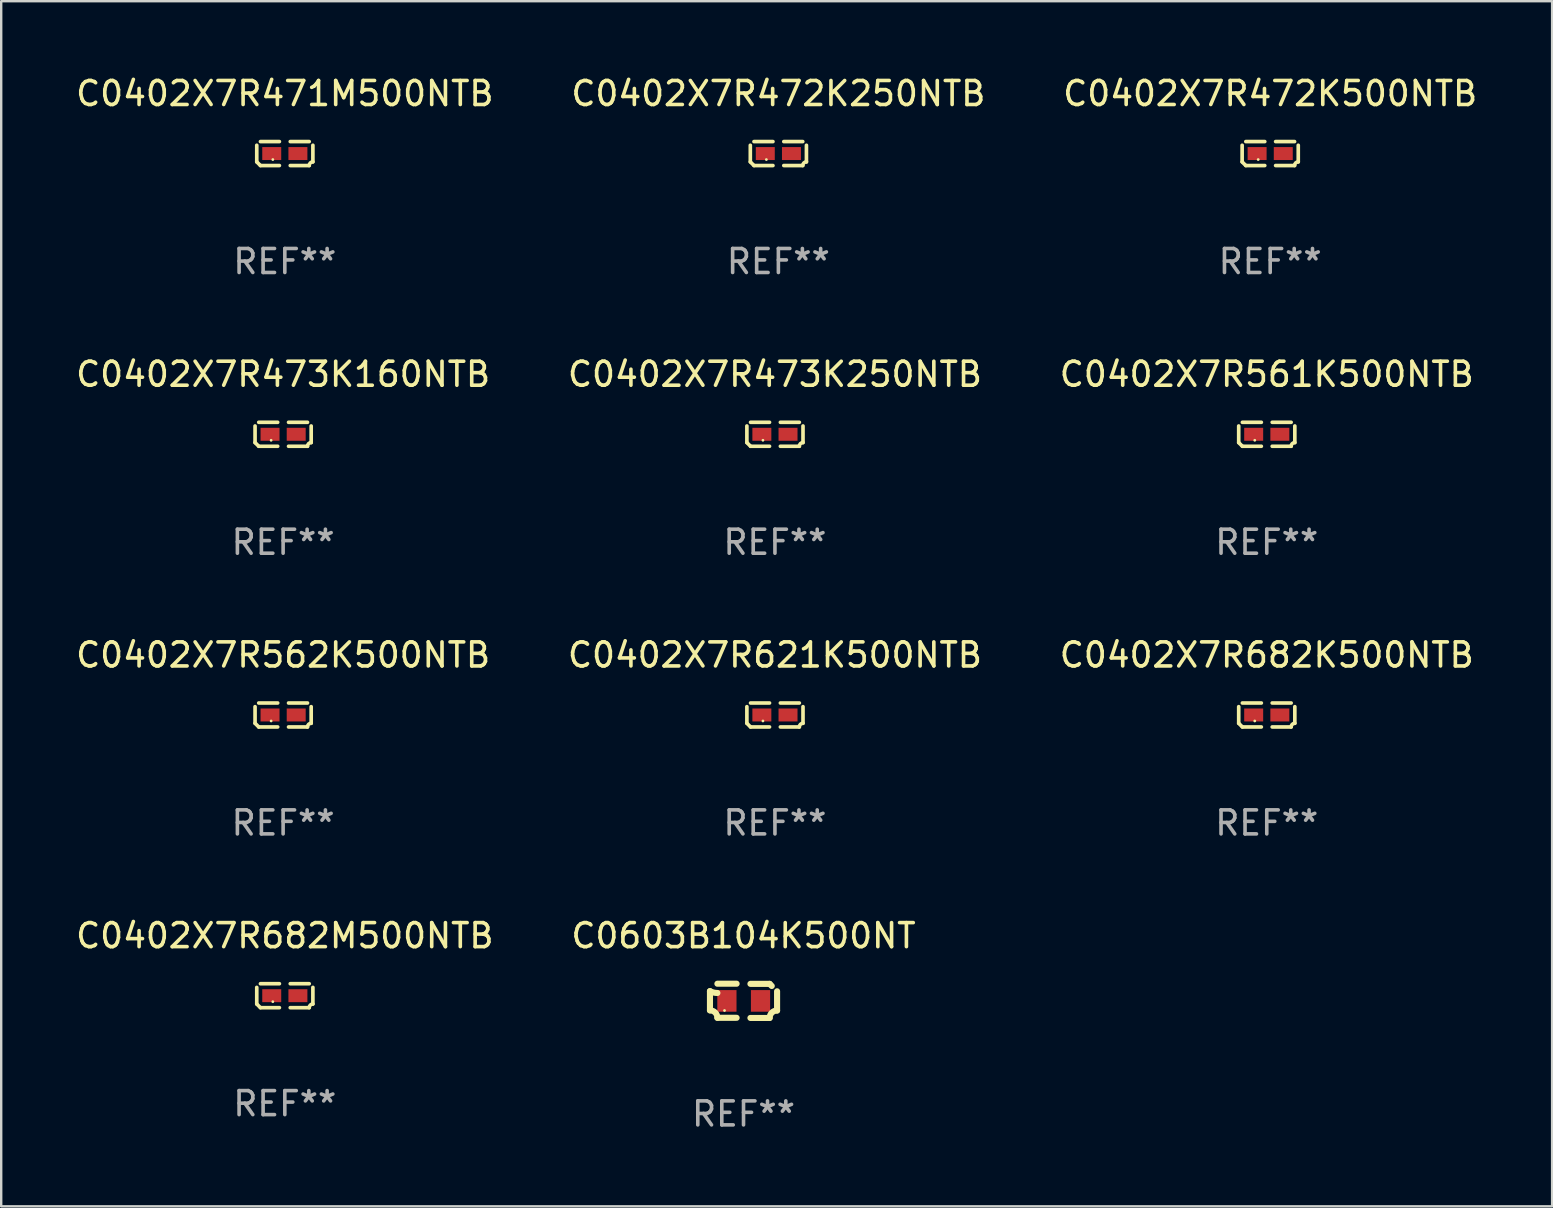
<source format=kicad_pcb>
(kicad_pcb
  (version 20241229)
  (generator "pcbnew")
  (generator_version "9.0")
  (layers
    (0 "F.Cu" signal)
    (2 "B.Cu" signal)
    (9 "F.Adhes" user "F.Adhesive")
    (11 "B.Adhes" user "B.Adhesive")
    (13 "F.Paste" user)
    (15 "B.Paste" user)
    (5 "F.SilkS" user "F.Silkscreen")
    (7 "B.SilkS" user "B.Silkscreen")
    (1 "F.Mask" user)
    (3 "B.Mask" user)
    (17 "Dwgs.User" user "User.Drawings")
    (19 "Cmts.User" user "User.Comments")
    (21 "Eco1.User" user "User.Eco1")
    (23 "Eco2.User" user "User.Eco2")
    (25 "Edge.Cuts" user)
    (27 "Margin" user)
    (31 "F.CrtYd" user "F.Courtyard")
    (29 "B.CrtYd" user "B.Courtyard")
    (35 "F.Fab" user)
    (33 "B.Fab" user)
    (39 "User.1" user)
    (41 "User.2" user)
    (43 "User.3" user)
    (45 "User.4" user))
  (footprint "C0402X7R682M500NTB"
    (layer "F.Cu")
    (at 8.815 38.428)
    (property "Reference" "C0402X7R682M500NTB" (at 0 -2.499 0) (layer "F.SilkS") (effects (font (size 1 1) (thickness 0.15))))
    (attr through_hole)
    (fp_line (start -1.169 0.346) (end -1.169 -0.346) (stroke (width 0.152) (type solid)) (layer "F.SilkS"))
    (fp_line (start -1.016 -0.499) (end -0.226 -0.499) (stroke (width 0.152) (type solid)) (layer "F.SilkS"))
    (fp_line (start -0.226 0.499) (end -1.016 0.499) (stroke (width 0.152) (type solid)) (layer "F.SilkS"))
    (fp_line (start 0.226 0.499) (end 1.016 0.499) (stroke (width 0.152) (type solid)) (layer "F.SilkS"))
    (fp_line (start 1.016 -0.499) (end 0.226 -0.499) (stroke (width 0.152) (type solid)) (layer "F.SilkS"))
    (fp_line (start 1.169 0.346) (end 1.169 -0.346) (stroke (width 0.152) (type solid)) (layer "F.SilkS"))
    (fp_arc (start -1.016307 0.498603) (mid -1.092512 0.422405) (end -1.16871 0.3462) (stroke (width 0.1524) (type solid)) (layer "F.SilkS"))
    (fp_arc (start 1.016307 0.498603) (mid 1.060899 0.390758) (end 1.168707 0.346076) (stroke (width 0.1524) (type solid)) (layer "F.SilkS"))
    (fp_circle (center -0.5 0.25) (end -0.47 0.25) (stroke (width 0.06) (type solid)) (fill no) (layer "F.SilkS"))
    (fp_text user "REF**" (at 0 4.499 0) (layer "F.Fab") (effects (font (size 1 1) (thickness 0.15))))
    (pad "1" smd rect (at -0.545 0) (size 0.79 0.54) (layers "F.Cu" "F.Mask" "F.Paste"))
    (pad "2" smd rect (at 0.545 0) (size 0.79 0.54) (layers "F.Cu" "F.Mask" "F.Paste")))
  (footprint "C0402X7R471M500NTB"
    (layer "F.Cu")
    (at 8.815 3.347)
    (property "Reference" "C0402X7R471M500NTB" (at 0 -2.499 0) (layer "F.SilkS") (effects (font (size 1 1) (thickness 0.15))))
    (attr through_hole)
    (fp_line (start -1.169 0.346) (end -1.169 -0.346) (stroke (width 0.152) (type solid)) (layer "F.SilkS"))
    (fp_line (start -1.016 -0.499) (end -0.226 -0.499) (stroke (width 0.152) (type solid)) (layer "F.SilkS"))
    (fp_line (start -0.226 0.499) (end -1.016 0.499) (stroke (width 0.152) (type solid)) (layer "F.SilkS"))
    (fp_line (start 0.226 0.499) (end 1.016 0.499) (stroke (width 0.152) (type solid)) (layer "F.SilkS"))
    (fp_line (start 1.016 -0.499) (end 0.226 -0.499) (stroke (width 0.152) (type solid)) (layer "F.SilkS"))
    (fp_line (start 1.169 0.346) (end 1.169 -0.346) (stroke (width 0.152) (type solid)) (layer "F.SilkS"))
    (fp_arc (start -1.016307 0.498603) (mid -1.092512 0.422405) (end -1.16871 0.3462) (stroke (width 0.1524) (type solid)) (layer "F.SilkS"))
    (fp_arc (start 1.016307 0.498603) (mid 1.060899 0.390758) (end 1.168707 0.346076) (stroke (width 0.1524) (type solid)) (layer "F.SilkS"))
    (fp_circle (center -0.5 0.25) (end -0.47 0.25) (stroke (width 0.06) (type solid)) (fill no) (layer "F.SilkS"))
    (fp_text user "REF**" (at 0 4.499 0) (layer "F.Fab") (effects (font (size 1 1) (thickness 0.15))))
    (pad "1" smd rect (at -0.545 0) (size 0.79 0.54) (layers "F.Cu" "F.Mask" "F.Paste"))
    (pad "2" smd rect (at 0.545 0) (size 0.79 0.54) (layers "F.Cu" "F.Mask" "F.Paste")))
  (footprint "C0402X7R562K500NTB"
    (layer "F.Cu")
    (at 8.744 26.734)
    (property "Reference" "C0402X7R562K500NTB" (at 0 -2.499 0) (layer "F.SilkS") (effects (font (size 1 1) (thickness 0.15))))
    (attr through_hole)
    (fp_line (start -1.169 0.346) (end -1.169 -0.346) (stroke (width 0.152) (type solid)) (layer "F.SilkS"))
    (fp_line (start -1.016 -0.499) (end -0.226 -0.499) (stroke (width 0.152) (type solid)) (layer "F.SilkS"))
    (fp_line (start -0.226 0.499) (end -1.016 0.499) (stroke (width 0.152) (type solid)) (layer "F.SilkS"))
    (fp_line (start 0.226 0.499) (end 1.016 0.499) (stroke (width 0.152) (type solid)) (layer "F.SilkS"))
    (fp_line (start 1.016 -0.499) (end 0.226 -0.499) (stroke (width 0.152) (type solid)) (layer "F.SilkS"))
    (fp_line (start 1.169 0.346) (end 1.169 -0.346) (stroke (width 0.152) (type solid)) (layer "F.SilkS"))
    (fp_arc (start -1.016307 0.498603) (mid -1.092512 0.422405) (end -1.16871 0.3462) (stroke (width 0.1524) (type solid)) (layer "F.SilkS"))
    (fp_arc (start 1.016307 0.498603) (mid 1.060899 0.390758) (end 1.168707 0.346076) (stroke (width 0.1524) (type solid)) (layer "F.SilkS"))
    (fp_circle (center -0.5 0.25) (end -0.47 0.25) (stroke (width 0.06) (type solid)) (fill no) (layer "F.SilkS"))
    (fp_text user "REF**" (at 0 4.499 0) (layer "F.Fab") (effects (font (size 1 1) (thickness 0.15))))
    (pad "1" smd rect (at -0.545 0) (size 0.79 0.54) (layers "F.Cu" "F.Mask" "F.Paste"))
    (pad "2" smd rect (at 0.545 0) (size 0.79 0.54) (layers "F.Cu" "F.Mask" "F.Paste")))
  (footprint "C0402X7R472K250NTB"
    (layer "F.Cu")
    (at 29.375 3.347)
    (property "Reference" "C0402X7R472K250NTB" (at 0 -2.499 0) (layer "F.SilkS") (effects (font (size 1 1) (thickness 0.15))))
    (attr through_hole)
    (fp_line (start -1.169 0.346) (end -1.169 -0.346) (stroke (width 0.152) (type solid)) (layer "F.SilkS"))
    (fp_line (start -1.016 -0.499) (end -0.226 -0.499) (stroke (width 0.152) (type solid)) (layer "F.SilkS"))
    (fp_line (start -0.226 0.499) (end -1.016 0.499) (stroke (width 0.152) (type solid)) (layer "F.SilkS"))
    (fp_line (start 0.226 0.499) (end 1.016 0.499) (stroke (width 0.152) (type solid)) (layer "F.SilkS"))
    (fp_line (start 1.016 -0.499) (end 0.226 -0.499) (stroke (width 0.152) (type solid)) (layer "F.SilkS"))
    (fp_line (start 1.169 0.346) (end 1.169 -0.346) (stroke (width 0.152) (type solid)) (layer "F.SilkS"))
    (fp_arc (start -1.016307 0.498603) (mid -1.092512 0.422405) (end -1.16871 0.3462) (stroke (width 0.1524) (type solid)) (layer "F.SilkS"))
    (fp_arc (start 1.016307 0.498603) (mid 1.060899 0.390758) (end 1.168707 0.346076) (stroke (width 0.1524) (type solid)) (layer "F.SilkS"))
    (fp_circle (center -0.5 0.25) (end -0.47 0.25) (stroke (width 0.06) (type solid)) (fill no) (layer "F.SilkS"))
    (fp_text user "REF**" (at 0 4.499 0) (layer "F.Fab") (effects (font (size 1 1) (thickness 0.15))))
    (pad "1" smd rect (at -0.545 0) (size 0.79 0.54) (layers "F.Cu" "F.Mask" "F.Paste"))
    (pad "2" smd rect (at 0.545 0) (size 0.79 0.54) (layers "F.Cu" "F.Mask" "F.Paste")))
  (footprint "C0402X7R473K160NTB"
    (layer "F.Cu")
    (at 8.744 15.041)
    (property "Reference" "C0402X7R473K160NTB" (at 0 -2.499 0) (layer "F.SilkS") (effects (font (size 1 1) (thickness 0.15))))
    (attr through_hole)
    (fp_line (start -1.169 0.346) (end -1.169 -0.346) (stroke (width 0.152) (type solid)) (layer "F.SilkS"))
    (fp_line (start -1.016 -0.499) (end -0.226 -0.499) (stroke (width 0.152) (type solid)) (layer "F.SilkS"))
    (fp_line (start -0.226 0.499) (end -1.016 0.499) (stroke (width 0.152) (type solid)) (layer "F.SilkS"))
    (fp_line (start 0.226 0.499) (end 1.016 0.499) (stroke (width 0.152) (type solid)) (layer "F.SilkS"))
    (fp_line (start 1.016 -0.499) (end 0.226 -0.499) (stroke (width 0.152) (type solid)) (layer "F.SilkS"))
    (fp_line (start 1.169 0.346) (end 1.169 -0.346) (stroke (width 0.152) (type solid)) (layer "F.SilkS"))
    (fp_arc (start -1.016307 0.498603) (mid -1.092512 0.422405) (end -1.16871 0.3462) (stroke (width 0.1524) (type solid)) (layer "F.SilkS"))
    (fp_arc (start 1.016307 0.498603) (mid 1.060899 0.390758) (end 1.168707 0.346076) (stroke (width 0.1524) (type solid)) (layer "F.SilkS"))
    (fp_circle (center -0.5 0.25) (end -0.47 0.25) (stroke (width 0.06) (type solid)) (fill no) (layer "F.SilkS"))
    (fp_text user "REF**" (at 0 4.499 0) (layer "F.Fab") (effects (font (size 1 1) (thickness 0.15))))
    (pad "1" smd rect (at -0.545 0) (size 0.79 0.54) (layers "F.Cu" "F.Mask" "F.Paste"))
    (pad "2" smd rect (at 0.545 0) (size 0.79 0.54) (layers "F.Cu" "F.Mask" "F.Paste")))
  (footprint "C0402X7R473K250NTB"
    (layer "F.Cu")
    (at 29.232 15.041)
    (property "Reference" "C0402X7R473K250NTB" (at 0 -2.499 0) (layer "F.SilkS") (effects (font (size 1 1) (thickness 0.15))))
    (attr through_hole)
    (fp_line (start -1.169 0.346) (end -1.169 -0.346) (stroke (width 0.152) (type solid)) (layer "F.SilkS"))
    (fp_line (start -1.016 -0.499) (end -0.226 -0.499) (stroke (width 0.152) (type solid)) (layer "F.SilkS"))
    (fp_line (start -0.226 0.499) (end -1.016 0.499) (stroke (width 0.152) (type solid)) (layer "F.SilkS"))
    (fp_line (start 0.226 0.499) (end 1.016 0.499) (stroke (width 0.152) (type solid)) (layer "F.SilkS"))
    (fp_line (start 1.016 -0.499) (end 0.226 -0.499) (stroke (width 0.152) (type solid)) (layer "F.SilkS"))
    (fp_line (start 1.169 0.346) (end 1.169 -0.346) (stroke (width 0.152) (type solid)) (layer "F.SilkS"))
    (fp_arc (start -1.016307 0.498603) (mid -1.092512 0.422405) (end -1.16871 0.3462) (stroke (width 0.1524) (type solid)) (layer "F.SilkS"))
    (fp_arc (start 1.016307 0.498603) (mid 1.060899 0.390758) (end 1.168707 0.346076) (stroke (width 0.1524) (type solid)) (layer "F.SilkS"))
    (fp_circle (center -0.5 0.25) (end -0.47 0.25) (stroke (width 0.06) (type solid)) (fill no) (layer "F.SilkS"))
    (fp_text user "REF**" (at 0 4.499 0) (layer "F.Fab") (effects (font (size 1 1) (thickness 0.15))))
    (pad "1" smd rect (at -0.545 0) (size 0.79 0.54) (layers "F.Cu" "F.Mask" "F.Paste"))
    (pad "2" smd rect (at 0.545 0) (size 0.79 0.54) (layers "F.Cu" "F.Mask" "F.Paste")))
  (footprint "C0402X7R621K500NTB"
    (layer "F.Cu")
    (at 29.232 26.734)
    (property "Reference" "C0402X7R621K500NTB" (at 0 -2.499 0) (layer "F.SilkS") (effects (font (size 1 1) (thickness 0.15))))
    (attr through_hole)
    (fp_line (start -1.169 0.346) (end -1.169 -0.346) (stroke (width 0.152) (type solid)) (layer "F.SilkS"))
    (fp_line (start -1.016 -0.499) (end -0.226 -0.499) (stroke (width 0.152) (type solid)) (layer "F.SilkS"))
    (fp_line (start -0.226 0.499) (end -1.016 0.499) (stroke (width 0.152) (type solid)) (layer "F.SilkS"))
    (fp_line (start 0.226 0.499) (end 1.016 0.499) (stroke (width 0.152) (type solid)) (layer "F.SilkS"))
    (fp_line (start 1.016 -0.499) (end 0.226 -0.499) (stroke (width 0.152) (type solid)) (layer "F.SilkS"))
    (fp_line (start 1.169 0.346) (end 1.169 -0.346) (stroke (width 0.152) (type solid)) (layer "F.SilkS"))
    (fp_arc (start -1.016307 0.498603) (mid -1.092512 0.422405) (end -1.16871 0.3462) (stroke (width 0.1524) (type solid)) (layer "F.SilkS"))
    (fp_arc (start 1.016307 0.498603) (mid 1.060899 0.390758) (end 1.168707 0.346076) (stroke (width 0.1524) (type solid)) (layer "F.SilkS"))
    (fp_circle (center -0.5 0.25) (end -0.47 0.25) (stroke (width 0.06) (type solid)) (fill no) (layer "F.SilkS"))
    (fp_text user "REF**" (at 0 4.499 0) (layer "F.Fab") (effects (font (size 1 1) (thickness 0.15))))
    (pad "1" smd rect (at -0.545 0) (size 0.79 0.54) (layers "F.Cu" "F.Mask" "F.Paste"))
    (pad "2" smd rect (at 0.545 0) (size 0.79 0.54) (layers "F.Cu" "F.Mask" "F.Paste")))
  (footprint "C0402X7R472K500NTB"
    (layer "F.Cu")
    (at 49.863 3.347)
    (property "Reference" "C0402X7R472K500NTB" (at 0 -2.499 0) (layer "F.SilkS") (effects (font (size 1 1) (thickness 0.15))))
    (attr through_hole)
    (fp_line (start -1.169 0.346) (end -1.169 -0.346) (stroke (width 0.152) (type solid)) (layer "F.SilkS"))
    (fp_line (start -1.016 -0.499) (end -0.226 -0.499) (stroke (width 0.152) (type solid)) (layer "F.SilkS"))
    (fp_line (start -0.226 0.499) (end -1.016 0.499) (stroke (width 0.152) (type solid)) (layer "F.SilkS"))
    (fp_line (start 0.226 0.499) (end 1.016 0.499) (stroke (width 0.152) (type solid)) (layer "F.SilkS"))
    (fp_line (start 1.016 -0.499) (end 0.226 -0.499) (stroke (width 0.152) (type solid)) (layer "F.SilkS"))
    (fp_line (start 1.169 0.346) (end 1.169 -0.346) (stroke (width 0.152) (type solid)) (layer "F.SilkS"))
    (fp_arc (start -1.016307 0.498603) (mid -1.092512 0.422405) (end -1.16871 0.3462) (stroke (width 0.1524) (type solid)) (layer "F.SilkS"))
    (fp_arc (start 1.016307 0.498603) (mid 1.060899 0.390758) (end 1.168707 0.346076) (stroke (width 0.1524) (type solid)) (layer "F.SilkS"))
    (fp_circle (center -0.5 0.25) (end -0.47 0.25) (stroke (width 0.06) (type solid)) (fill no) (layer "F.SilkS"))
    (fp_text user "REF**" (at 0 4.499 0) (layer "F.Fab") (effects (font (size 1 1) (thickness 0.15))))
    (pad "1" smd rect (at -0.545 0) (size 0.79 0.54) (layers "F.Cu" "F.Mask" "F.Paste"))
    (pad "2" smd rect (at 0.545 0) (size 0.79 0.54) (layers "F.Cu" "F.Mask" "F.Paste")))
  (footprint "C0603B104K500NT"
    (layer "F.Cu")
    (at 27.923 38.642)
    (property "Reference" "C0603B104K500NT" (at 0 -2.713 0) (layer "F.SilkS") (effects (font (size 1 1) (thickness 0.15))))
    (attr through_hole)
    (fp_line (start -1.398 -0.403) (end -1.398 0.397) (stroke (width 0.254) (type solid)) (layer "F.SilkS"))
    (fp_line (start -0.288 -0.713) (end -1.088 -0.713) (stroke (width 0.254) (type solid)) (layer "F.SilkS"))
    (fp_line (start -0.288 0.707) (end -1.088 0.707) (stroke (width 0.254) (type solid)) (layer "F.SilkS"))
    (fp_line (start 0.288 -0.707) (end 1.088 -0.707) (stroke (width 0.254) (type solid)) (layer "F.SilkS"))
    (fp_line (start 0.288 0.713) (end 1.088 0.713) (stroke (width 0.254) (type solid)) (layer "F.SilkS"))
    (fp_line (start 1.398 -0.397) (end 1.398 0.403) (stroke (width 0.254) (type solid)) (layer "F.SilkS"))
    (fp_arc (start -1.397789 0.397066) (mid -1.178701 0.487826) (end -1.08796 0.706922) (stroke (width 0.254001) (type solid)) (layer "F.SilkS"))
    (fp_arc (start -1.08796 -0.327176) (mid -1.247436 -0.346384) (end -1.39779 -0.402908) (stroke (width 0.254001) (type solid)) (layer "F.SilkS"))
    (fp_arc (start 1.087909 0.712738) (mid 1.178656 0.493655) (end 1.397739 0.402908) (stroke (width 0.254001) (type solid)) (layer "F.SilkS"))
    (fp_arc (start 1.175925 -0.618926) (mid 1.131917 -0.662923) (end 1.08791 -0.706922) (stroke (width 0.254001) (type solid)) (layer "F.SilkS"))
    (fp_circle (center -0.792 0.403) (end -0.762 0.403) (stroke (width 0.06) (type solid)) (fill no) (layer "F.SilkS"))
    (fp_text user "REF**" (at 0 4.713 0) (layer "F.Fab") (effects (font (size 1 1) (thickness 0.15))))
    (pad "1" smd rect (at -0.692 0.003) (size 0.8 0.9) (layers "F.Cu" "F.Mask" "F.Paste"))
    (pad "2" smd rect (at 0.708 0.003) (size 0.8 0.9) (layers "F.Cu" "F.Mask" "F.Paste")))
  (footprint "C0402X7R682K500NTB"
    (layer "F.Cu")
    (at 49.72 26.734)
    (property "Reference" "C0402X7R682K500NTB" (at 0 -2.499 0) (layer "F.SilkS") (effects (font (size 1 1) (thickness 0.15))))
    (attr through_hole)
    (fp_line (start -1.169 0.346) (end -1.169 -0.346) (stroke (width 0.152) (type solid)) (layer "F.SilkS"))
    (fp_line (start -1.016 -0.499) (end -0.226 -0.499) (stroke (width 0.152) (type solid)) (layer "F.SilkS"))
    (fp_line (start -0.226 0.499) (end -1.016 0.499) (stroke (width 0.152) (type solid)) (layer "F.SilkS"))
    (fp_line (start 0.226 0.499) (end 1.016 0.499) (stroke (width 0.152) (type solid)) (layer "F.SilkS"))
    (fp_line (start 1.016 -0.499) (end 0.226 -0.499) (stroke (width 0.152) (type solid)) (layer "F.SilkS"))
    (fp_line (start 1.169 0.346) (end 1.169 -0.346) (stroke (width 0.152) (type solid)) (layer "F.SilkS"))
    (fp_arc (start -1.016307 0.498603) (mid -1.092512 0.422405) (end -1.16871 0.3462) (stroke (width 0.1524) (type solid)) (layer "F.SilkS"))
    (fp_arc (start 1.016307 0.498603) (mid 1.060899 0.390758) (end 1.168707 0.346076) (stroke (width 0.1524) (type solid)) (layer "F.SilkS"))
    (fp_circle (center -0.5 0.25) (end -0.47 0.25) (stroke (width 0.06) (type solid)) (fill no) (layer "F.SilkS"))
    (fp_text user "REF**" (at 0 4.499 0) (layer "F.Fab") (effects (font (size 1 1) (thickness 0.15))))
    (pad "1" smd rect (at -0.545 0) (size 0.79 0.54) (layers "F.Cu" "F.Mask" "F.Paste"))
    (pad "2" smd rect (at 0.545 0) (size 0.79 0.54) (layers "F.Cu" "F.Mask" "F.Paste")))
  (footprint "C0402X7R561K500NTB"
    (layer "F.Cu")
    (at 49.72 15.041)
    (property "Reference" "C0402X7R561K500NTB" (at 0 -2.499 0) (layer "F.SilkS") (effects (font (size 1 1) (thickness 0.15))))
    (attr through_hole)
    (fp_line (start -1.169 0.346) (end -1.169 -0.346) (stroke (width 0.152) (type solid)) (layer "F.SilkS"))
    (fp_line (start -1.016 -0.499) (end -0.226 -0.499) (stroke (width 0.152) (type solid)) (layer "F.SilkS"))
    (fp_line (start -0.226 0.499) (end -1.016 0.499) (stroke (width 0.152) (type solid)) (layer "F.SilkS"))
    (fp_line (start 0.226 0.499) (end 1.016 0.499) (stroke (width 0.152) (type solid)) (layer "F.SilkS"))
    (fp_line (start 1.016 -0.499) (end 0.226 -0.499) (stroke (width 0.152) (type solid)) (layer "F.SilkS"))
    (fp_line (start 1.169 0.346) (end 1.169 -0.346) (stroke (width 0.152) (type solid)) (layer "F.SilkS"))
    (fp_arc (start -1.016307 0.498603) (mid -1.092512 0.422405) (end -1.16871 0.3462) (stroke (width 0.1524) (type solid)) (layer "F.SilkS"))
    (fp_arc (start 1.016307 0.498603) (mid 1.060899 0.390758) (end 1.168707 0.346076) (stroke (width 0.1524) (type solid)) (layer "F.SilkS"))
    (fp_circle (center -0.5 0.25) (end -0.47 0.25) (stroke (width 0.06) (type solid)) (fill no) (layer "F.SilkS"))
    (fp_text user "REF**" (at 0 4.499 0) (layer "F.Fab") (effects (font (size 1 1) (thickness 0.15))))
    (pad "1" smd rect (at -0.545 0) (size 0.79 0.54) (layers "F.Cu" "F.Mask" "F.Paste"))
    (pad "2" smd rect (at 0.545 0) (size 0.79 0.54) (layers "F.Cu" "F.Mask" "F.Paste")))
  (gr_rect
    (start -3 -3)
    (end 61.607 47.203)
    (stroke (width 0.1) (type default))
    (fill no)
    (layer "Edge.Cuts")))
</source>
